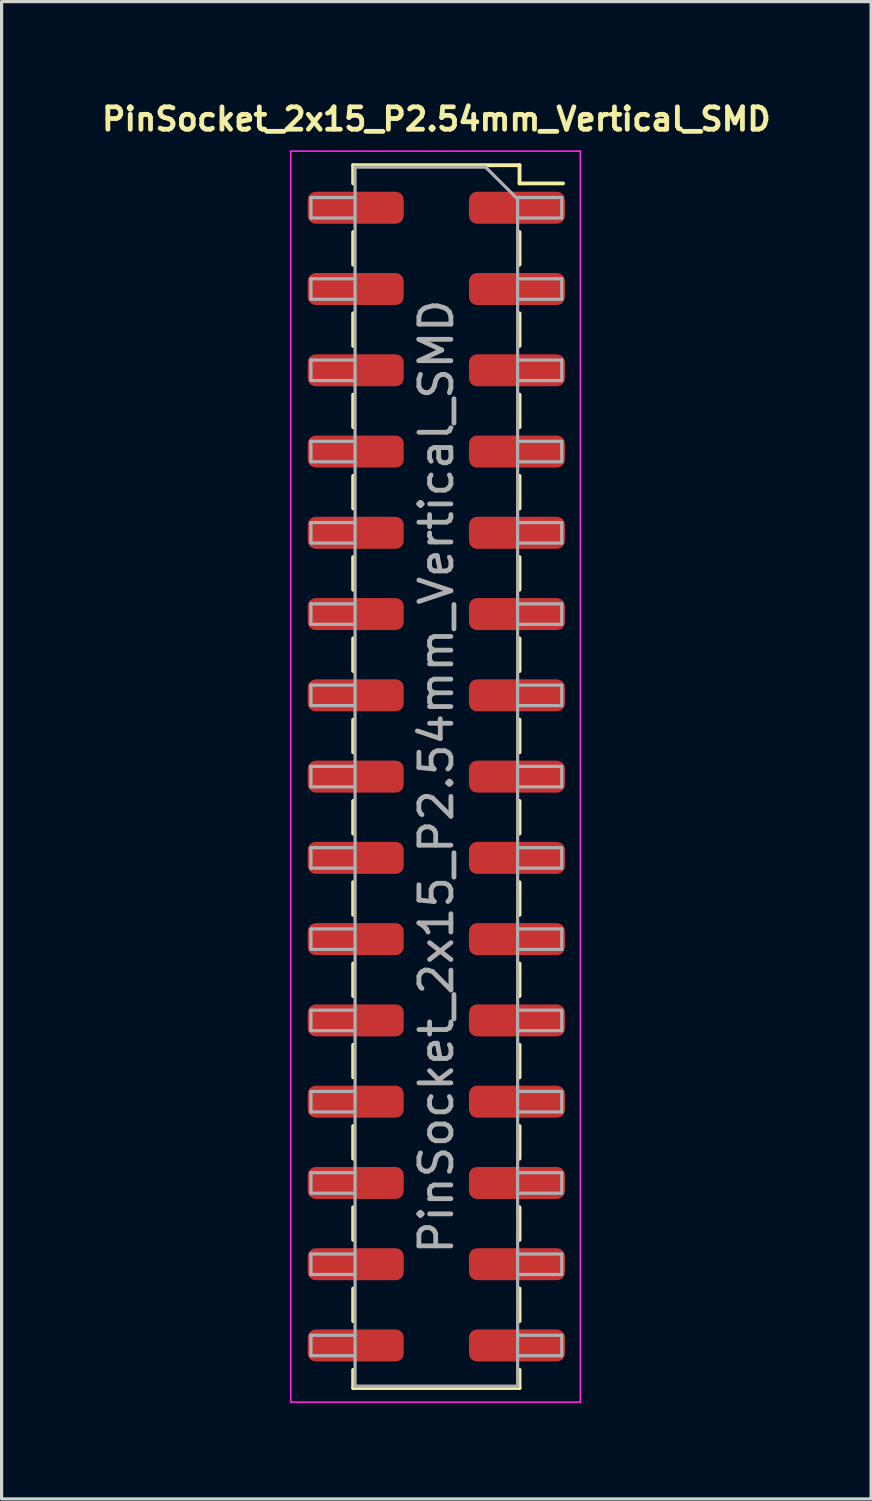
<source format=kicad_pcb>
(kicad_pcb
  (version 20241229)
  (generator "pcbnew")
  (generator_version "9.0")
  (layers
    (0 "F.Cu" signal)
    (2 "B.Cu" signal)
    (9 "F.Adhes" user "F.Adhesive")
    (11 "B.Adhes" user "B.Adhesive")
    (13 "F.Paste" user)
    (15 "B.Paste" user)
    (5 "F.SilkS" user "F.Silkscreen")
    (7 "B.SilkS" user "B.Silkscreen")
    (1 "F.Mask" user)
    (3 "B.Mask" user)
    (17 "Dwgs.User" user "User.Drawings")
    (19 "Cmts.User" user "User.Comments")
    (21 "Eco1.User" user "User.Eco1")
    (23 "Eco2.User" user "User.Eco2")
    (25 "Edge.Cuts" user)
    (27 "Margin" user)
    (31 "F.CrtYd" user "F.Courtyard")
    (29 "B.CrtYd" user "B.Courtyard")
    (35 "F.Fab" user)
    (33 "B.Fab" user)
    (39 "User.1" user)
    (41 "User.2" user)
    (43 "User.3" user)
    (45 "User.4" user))
  (footprint "PinSocket_2x15_P2.54mm_Vertical_SMD"
    (layer "F.Cu")
    (at 10.588 21.223)
    (property "Reference" "PinSocket_2x15_P2.54mm_Vertical_SMD" (at 0 -20.55 0) (layer "F.SilkS") (effects (font (size 0.7 0.7) (thickness 0.15))))
    (attr smd)
    (fp_line (start -2.6 -19.11) (end -2.6 -18.54) (stroke (width 0.12) (type solid)) (layer "F.SilkS"))
    (fp_line (start -2.6 -19.11) (end 2.6 -19.11) (stroke (width 0.12) (type solid)) (layer "F.SilkS"))
    (fp_line (start -2.6 -17.02) (end -2.6 -16) (stroke (width 0.12) (type solid)) (layer "F.SilkS"))
    (fp_line (start -2.6 -14.48) (end -2.6 -13.46) (stroke (width 0.12) (type solid)) (layer "F.SilkS"))
    (fp_line (start -2.6 -11.94) (end -2.6 -10.92) (stroke (width 0.12) (type solid)) (layer "F.SilkS"))
    (fp_line (start -2.6 -9.4) (end -2.6 -8.38) (stroke (width 0.12) (type solid)) (layer "F.SilkS"))
    (fp_line (start -2.6 -6.86) (end -2.6 -5.84) (stroke (width 0.12) (type solid)) (layer "F.SilkS"))
    (fp_line (start -2.6 -4.32) (end -2.6 -3.3) (stroke (width 0.12) (type solid)) (layer "F.SilkS"))
    (fp_line (start -2.6 -1.78) (end -2.6 -0.76) (stroke (width 0.12) (type solid)) (layer "F.SilkS"))
    (fp_line (start -2.6 0.76) (end -2.6 1.78) (stroke (width 0.12) (type solid)) (layer "F.SilkS"))
    (fp_line (start -2.6 3.3) (end -2.6 4.32) (stroke (width 0.12) (type solid)) (layer "F.SilkS"))
    (fp_line (start -2.6 5.84) (end -2.6 6.86) (stroke (width 0.12) (type solid)) (layer "F.SilkS"))
    (fp_line (start -2.6 8.38) (end -2.6 9.4) (stroke (width 0.12) (type solid)) (layer "F.SilkS"))
    (fp_line (start -2.6 10.92) (end -2.6 11.94) (stroke (width 0.12) (type solid)) (layer "F.SilkS"))
    (fp_line (start -2.6 13.46) (end -2.6 14.48) (stroke (width 0.12) (type solid)) (layer "F.SilkS"))
    (fp_line (start -2.6 16) (end -2.6 17.02) (stroke (width 0.12) (type solid)) (layer "F.SilkS"))
    (fp_line (start -2.6 18.54) (end -2.6 19.11) (stroke (width 0.12) (type solid)) (layer "F.SilkS"))
    (fp_line (start -2.6 19.11) (end 2.6 19.11) (stroke (width 0.12) (type solid)) (layer "F.SilkS"))
    (fp_line (start 2.6 -19.11) (end 2.6 -18.54) (stroke (width 0.12) (type solid)) (layer "F.SilkS"))
    (fp_line (start 2.6 -18.54) (end 3.96 -18.54) (stroke (width 0.12) (type solid)) (layer "F.SilkS"))
    (fp_line (start 2.6 -17.02) (end 2.6 -16) (stroke (width 0.12) (type solid)) (layer "F.SilkS"))
    (fp_line (start 2.6 -14.48) (end 2.6 -13.46) (stroke (width 0.12) (type solid)) (layer "F.SilkS"))
    (fp_line (start 2.6 -11.94) (end 2.6 -10.92) (stroke (width 0.12) (type solid)) (layer "F.SilkS"))
    (fp_line (start 2.6 -9.4) (end 2.6 -8.38) (stroke (width 0.12) (type solid)) (layer "F.SilkS"))
    (fp_line (start 2.6 -6.86) (end 2.6 -5.84) (stroke (width 0.12) (type solid)) (layer "F.SilkS"))
    (fp_line (start 2.6 -4.32) (end 2.6 -3.3) (stroke (width 0.12) (type solid)) (layer "F.SilkS"))
    (fp_line (start 2.6 -1.78) (end 2.6 -0.76) (stroke (width 0.12) (type solid)) (layer "F.SilkS"))
    (fp_line (start 2.6 0.76) (end 2.6 1.78) (stroke (width 0.12) (type solid)) (layer "F.SilkS"))
    (fp_line (start 2.6 3.3) (end 2.6 4.32) (stroke (width 0.12) (type solid)) (layer "F.SilkS"))
    (fp_line (start 2.6 5.84) (end 2.6 6.86) (stroke (width 0.12) (type solid)) (layer "F.SilkS"))
    (fp_line (start 2.6 8.38) (end 2.6 9.4) (stroke (width 0.12) (type solid)) (layer "F.SilkS"))
    (fp_line (start 2.6 10.92) (end 2.6 11.94) (stroke (width 0.12) (type solid)) (layer "F.SilkS"))
    (fp_line (start 2.6 13.46) (end 2.6 14.48) (stroke (width 0.12) (type solid)) (layer "F.SilkS"))
    (fp_line (start 2.6 16) (end 2.6 17.02) (stroke (width 0.12) (type solid)) (layer "F.SilkS"))
    (fp_line (start 2.6 18.54) (end 2.6 19.11) (stroke (width 0.12) (type solid)) (layer "F.SilkS"))
    (fp_line (start -4.55 -19.55) (end 4.5 -19.55) (stroke (width 0.05) (type solid)) (layer "F.CrtYd"))
    (fp_line (start -4.55 19.55) (end -4.55 -19.55) (stroke (width 0.05) (type solid)) (layer "F.CrtYd"))
    (fp_line (start 4.5 -19.55) (end 4.5 19.55) (stroke (width 0.05) (type solid)) (layer "F.CrtYd"))
    (fp_line (start 4.5 19.55) (end -4.55 19.55) (stroke (width 0.05) (type solid)) (layer "F.CrtYd"))
    (fp_line (start -3.92 -18.1) (end -2.54 -18.1) (stroke (width 0.1) (type solid)) (layer "F.Fab"))
    (fp_line (start -3.92 -17.46) (end -3.92 -18.1) (stroke (width 0.1) (type solid)) (layer "F.Fab"))
    (fp_line (start -3.92 -15.56) (end -2.54 -15.56) (stroke (width 0.1) (type solid)) (layer "F.Fab"))
    (fp_line (start -3.92 -14.92) (end -3.92 -15.56) (stroke (width 0.1) (type solid)) (layer "F.Fab"))
    (fp_line (start -3.92 -13.02) (end -2.54 -13.02) (stroke (width 0.1) (type solid)) (layer "F.Fab"))
    (fp_line (start -3.92 -12.38) (end -3.92 -13.02) (stroke (width 0.1) (type solid)) (layer "F.Fab"))
    (fp_line (start -3.92 -10.48) (end -2.54 -10.48) (stroke (width 0.1) (type solid)) (layer "F.Fab"))
    (fp_line (start -3.92 -9.84) (end -3.92 -10.48) (stroke (width 0.1) (type solid)) (layer "F.Fab"))
    (fp_line (start -3.92 -7.94) (end -2.54 -7.94) (stroke (width 0.1) (type solid)) (layer "F.Fab"))
    (fp_line (start -3.92 -7.3) (end -3.92 -7.94) (stroke (width 0.1) (type solid)) (layer "F.Fab"))
    (fp_line (start -3.92 -5.4) (end -2.54 -5.4) (stroke (width 0.1) (type solid)) (layer "F.Fab"))
    (fp_line (start -3.92 -4.76) (end -3.92 -5.4) (stroke (width 0.1) (type solid)) (layer "F.Fab"))
    (fp_line (start -3.92 -2.86) (end -2.54 -2.86) (stroke (width 0.1) (type solid)) (layer "F.Fab"))
    (fp_line (start -3.92 -2.22) (end -3.92 -2.86) (stroke (width 0.1) (type solid)) (layer "F.Fab"))
    (fp_line (start -3.92 -0.32) (end -2.54 -0.32) (stroke (width 0.1) (type solid)) (layer "F.Fab"))
    (fp_line (start -3.92 0.32) (end -3.92 -0.32) (stroke (width 0.1) (type solid)) (layer "F.Fab"))
    (fp_line (start -3.92 2.22) (end -2.54 2.22) (stroke (width 0.1) (type solid)) (layer "F.Fab"))
    (fp_line (start -3.92 2.86) (end -3.92 2.22) (stroke (width 0.1) (type solid)) (layer "F.Fab"))
    (fp_line (start -3.92 4.76) (end -2.54 4.76) (stroke (width 0.1) (type solid)) (layer "F.Fab"))
    (fp_line (start -3.92 5.4) (end -3.92 4.76) (stroke (width 0.1) (type solid)) (layer "F.Fab"))
    (fp_line (start -3.92 7.3) (end -2.54 7.3) (stroke (width 0.1) (type solid)) (layer "F.Fab"))
    (fp_line (start -3.92 7.94) (end -3.92 7.3) (stroke (width 0.1) (type solid)) (layer "F.Fab"))
    (fp_line (start -3.92 9.84) (end -2.54 9.84) (stroke (width 0.1) (type solid)) (layer "F.Fab"))
    (fp_line (start -3.92 10.48) (end -3.92 9.84) (stroke (width 0.1) (type solid)) (layer "F.Fab"))
    (fp_line (start -3.92 12.38) (end -2.54 12.38) (stroke (width 0.1) (type solid)) (layer "F.Fab"))
    (fp_line (start -3.92 13.02) (end -3.92 12.38) (stroke (width 0.1) (type solid)) (layer "F.Fab"))
    (fp_line (start -3.92 14.92) (end -2.54 14.92) (stroke (width 0.1) (type solid)) (layer "F.Fab"))
    (fp_line (start -3.92 15.56) (end -3.92 14.92) (stroke (width 0.1) (type solid)) (layer "F.Fab"))
    (fp_line (start -3.92 17.46) (end -2.54 17.46) (stroke (width 0.1) (type solid)) (layer "F.Fab"))
    (fp_line (start -3.92 18.1) (end -3.92 17.46) (stroke (width 0.1) (type solid)) (layer "F.Fab"))
    (fp_line (start -2.54 -19.05) (end 1.54 -19.05) (stroke (width 0.1) (type solid)) (layer "F.Fab"))
    (fp_line (start -2.54 -17.46) (end -3.92 -17.46) (stroke (width 0.1) (type solid)) (layer "F.Fab"))
    (fp_line (start -2.54 -14.92) (end -3.92 -14.92) (stroke (width 0.1) (type solid)) (layer "F.Fab"))
    (fp_line (start -2.54 -12.38) (end -3.92 -12.38) (stroke (width 0.1) (type solid)) (layer "F.Fab"))
    (fp_line (start -2.54 -9.84) (end -3.92 -9.84) (stroke (width 0.1) (type solid)) (layer "F.Fab"))
    (fp_line (start -2.54 -7.3) (end -3.92 -7.3) (stroke (width 0.1) (type solid)) (layer "F.Fab"))
    (fp_line (start -2.54 -4.76) (end -3.92 -4.76) (stroke (width 0.1) (type solid)) (layer "F.Fab"))
    (fp_line (start -2.54 -2.22) (end -3.92 -2.22) (stroke (width 0.1) (type solid)) (layer "F.Fab"))
    (fp_line (start -2.54 0.32) (end -3.92 0.32) (stroke (width 0.1) (type solid)) (layer "F.Fab"))
    (fp_line (start -2.54 2.86) (end -3.92 2.86) (stroke (width 0.1) (type solid)) (layer "F.Fab"))
    (fp_line (start -2.54 5.4) (end -3.92 5.4) (stroke (width 0.1) (type solid)) (layer "F.Fab"))
    (fp_line (start -2.54 7.94) (end -3.92 7.94) (stroke (width 0.1) (type solid)) (layer "F.Fab"))
    (fp_line (start -2.54 10.48) (end -3.92 10.48) (stroke (width 0.1) (type solid)) (layer "F.Fab"))
    (fp_line (start -2.54 13.02) (end -3.92 13.02) (stroke (width 0.1) (type solid)) (layer "F.Fab"))
    (fp_line (start -2.54 15.56) (end -3.92 15.56) (stroke (width 0.1) (type solid)) (layer "F.Fab"))
    (fp_line (start -2.54 18.1) (end -3.92 18.1) (stroke (width 0.1) (type solid)) (layer "F.Fab"))
    (fp_line (start -2.54 19.05) (end -2.54 -19.05) (stroke (width 0.1) (type solid)) (layer "F.Fab"))
    (fp_line (start 1.54 -19.05) (end 2.54 -18.05) (stroke (width 0.1) (type solid)) (layer "F.Fab"))
    (fp_line (start 2.54 -18.1) (end 3.92 -18.1) (stroke (width 0.1) (type solid)) (layer "F.Fab"))
    (fp_line (start 2.54 -18.05) (end 2.54 19.05) (stroke (width 0.1) (type solid)) (layer "F.Fab"))
    (fp_line (start 2.54 -15.56) (end 3.92 -15.56) (stroke (width 0.1) (type solid)) (layer "F.Fab"))
    (fp_line (start 2.54 -13.02) (end 3.92 -13.02) (stroke (width 0.1) (type solid)) (layer "F.Fab"))
    (fp_line (start 2.54 -10.48) (end 3.92 -10.48) (stroke (width 0.1) (type solid)) (layer "F.Fab"))
    (fp_line (start 2.54 -7.94) (end 3.92 -7.94) (stroke (width 0.1) (type solid)) (layer "F.Fab"))
    (fp_line (start 2.54 -5.4) (end 3.92 -5.4) (stroke (width 0.1) (type solid)) (layer "F.Fab"))
    (fp_line (start 2.54 -2.86) (end 3.92 -2.86) (stroke (width 0.1) (type solid)) (layer "F.Fab"))
    (fp_line (start 2.54 -0.32) (end 3.92 -0.32) (stroke (width 0.1) (type solid)) (layer "F.Fab"))
    (fp_line (start 2.54 2.22) (end 3.92 2.22) (stroke (width 0.1) (type solid)) (layer "F.Fab"))
    (fp_line (start 2.54 4.76) (end 3.92 4.76) (stroke (width 0.1) (type solid)) (layer "F.Fab"))
    (fp_line (start 2.54 7.3) (end 3.92 7.3) (stroke (width 0.1) (type solid)) (layer "F.Fab"))
    (fp_line (start 2.54 9.84) (end 3.92 9.84) (stroke (width 0.1) (type solid)) (layer "F.Fab"))
    (fp_line (start 2.54 12.38) (end 3.92 12.38) (stroke (width 0.1) (type solid)) (layer "F.Fab"))
    (fp_line (start 2.54 14.92) (end 3.92 14.92) (stroke (width 0.1) (type solid)) (layer "F.Fab"))
    (fp_line (start 2.54 17.46) (end 3.92 17.46) (stroke (width 0.1) (type solid)) (layer "F.Fab"))
    (fp_line (start 2.54 19.05) (end -2.54 19.05) (stroke (width 0.1) (type solid)) (layer "F.Fab"))
    (fp_line (start 3.92 -18.1) (end 3.92 -17.46) (stroke (width 0.1) (type solid)) (layer "F.Fab"))
    (fp_line (start 3.92 -17.46) (end 2.54 -17.46) (stroke (width 0.1) (type solid)) (layer "F.Fab"))
    (fp_line (start 3.92 -15.56) (end 3.92 -14.92) (stroke (width 0.1) (type solid)) (layer "F.Fab"))
    (fp_line (start 3.92 -14.92) (end 2.54 -14.92) (stroke (width 0.1) (type solid)) (layer "F.Fab"))
    (fp_line (start 3.92 -13.02) (end 3.92 -12.38) (stroke (width 0.1) (type solid)) (layer "F.Fab"))
    (fp_line (start 3.92 -12.38) (end 2.54 -12.38) (stroke (width 0.1) (type solid)) (layer "F.Fab"))
    (fp_line (start 3.92 -10.48) (end 3.92 -9.84) (stroke (width 0.1) (type solid)) (layer "F.Fab"))
    (fp_line (start 3.92 -9.84) (end 2.54 -9.84) (stroke (width 0.1) (type solid)) (layer "F.Fab"))
    (fp_line (start 3.92 -7.94) (end 3.92 -7.3) (stroke (width 0.1) (type solid)) (layer "F.Fab"))
    (fp_line (start 3.92 -7.3) (end 2.54 -7.3) (stroke (width 0.1) (type solid)) (layer "F.Fab"))
    (fp_line (start 3.92 -5.4) (end 3.92 -4.76) (stroke (width 0.1) (type solid)) (layer "F.Fab"))
    (fp_line (start 3.92 -4.76) (end 2.54 -4.76) (stroke (width 0.1) (type solid)) (layer "F.Fab"))
    (fp_line (start 3.92 -2.86) (end 3.92 -2.22) (stroke (width 0.1) (type solid)) (layer "F.Fab"))
    (fp_line (start 3.92 -2.22) (end 2.54 -2.22) (stroke (width 0.1) (type solid)) (layer "F.Fab"))
    (fp_line (start 3.92 -0.32) (end 3.92 0.32) (stroke (width 0.1) (type solid)) (layer "F.Fab"))
    (fp_line (start 3.92 0.32) (end 2.54 0.32) (stroke (width 0.1) (type solid)) (layer "F.Fab"))
    (fp_line (start 3.92 2.22) (end 3.92 2.86) (stroke (width 0.1) (type solid)) (layer "F.Fab"))
    (fp_line (start 3.92 2.86) (end 2.54 2.86) (stroke (width 0.1) (type solid)) (layer "F.Fab"))
    (fp_line (start 3.92 4.76) (end 3.92 5.4) (stroke (width 0.1) (type solid)) (layer "F.Fab"))
    (fp_line (start 3.92 5.4) (end 2.54 5.4) (stroke (width 0.1) (type solid)) (layer "F.Fab"))
    (fp_line (start 3.92 7.3) (end 3.92 7.94) (stroke (width 0.1) (type solid)) (layer "F.Fab"))
    (fp_line (start 3.92 7.94) (end 2.54 7.94) (stroke (width 0.1) (type solid)) (layer "F.Fab"))
    (fp_line (start 3.92 9.84) (end 3.92 10.48) (stroke (width 0.1) (type solid)) (layer "F.Fab"))
    (fp_line (start 3.92 10.48) (end 2.54 10.48) (stroke (width 0.1) (type solid)) (layer "F.Fab"))
    (fp_line (start 3.92 12.38) (end 3.92 13.02) (stroke (width 0.1) (type solid)) (layer "F.Fab"))
    (fp_line (start 3.92 13.02) (end 2.54 13.02) (stroke (width 0.1) (type solid)) (layer "F.Fab"))
    (fp_line (start 3.92 14.92) (end 3.92 15.56) (stroke (width 0.1) (type solid)) (layer "F.Fab"))
    (fp_line (start 3.92 15.56) (end 2.54 15.56) (stroke (width 0.1) (type solid)) (layer "F.Fab"))
    (fp_line (start 3.92 17.46) (end 3.92 18.1) (stroke (width 0.1) (type solid)) (layer "F.Fab"))
    (fp_line (start 3.92 18.1) (end 2.54 18.1) (stroke (width 0.1) (type solid)) (layer "F.Fab"))
    (fp_text user "${REFERENCE}" (at 0 0 90) (layer "F.Fab") (effects (font (size 1 1) (thickness 0.15))))
    (pad "1" smd roundrect (at 2.52 -17.78) (size 3 1) (layers "F.Cu" "F.Mask" "F.Paste") (roundrect_rratio 0.25))
    (pad "2" smd roundrect (at -2.52 -17.78) (size 3 1) (layers "F.Cu" "F.Mask" "F.Paste") (roundrect_rratio 0.25))
    (pad "3" smd roundrect (at 2.52 -15.24) (size 3 1) (layers "F.Cu" "F.Mask" "F.Paste") (roundrect_rratio 0.25))
    (pad "4" smd roundrect (at -2.52 -15.24) (size 3 1) (layers "F.Cu" "F.Mask" "F.Paste") (roundrect_rratio 0.25))
    (pad "5" smd roundrect (at 2.52 -12.7) (size 3 1) (layers "F.Cu" "F.Mask" "F.Paste") (roundrect_rratio 0.25))
    (pad "6" smd roundrect (at -2.52 -12.7) (size 3 1) (layers "F.Cu" "F.Mask" "F.Paste") (roundrect_rratio 0.25))
    (pad "7" smd roundrect (at 2.52 -10.16) (size 3 1) (layers "F.Cu" "F.Mask" "F.Paste") (roundrect_rratio 0.25))
    (pad "8" smd roundrect (at -2.52 -10.16) (size 3 1) (layers "F.Cu" "F.Mask" "F.Paste") (roundrect_rratio 0.25))
    (pad "9" smd roundrect (at 2.52 -7.62) (size 3 1) (layers "F.Cu" "F.Mask" "F.Paste") (roundrect_rratio 0.25))
    (pad "10" smd roundrect (at -2.52 -7.62) (size 3 1) (layers "F.Cu" "F.Mask" "F.Paste") (roundrect_rratio 0.25))
    (pad "11" smd roundrect (at 2.52 -5.08) (size 3 1) (layers "F.Cu" "F.Mask" "F.Paste") (roundrect_rratio 0.25))
    (pad "12" smd roundrect (at -2.52 -5.08) (size 3 1) (layers "F.Cu" "F.Mask" "F.Paste") (roundrect_rratio 0.25))
    (pad "13" smd roundrect (at 2.52 -2.54) (size 3 1) (layers "F.Cu" "F.Mask" "F.Paste") (roundrect_rratio 0.25))
    (pad "14" smd roundrect (at -2.52 -2.54) (size 3 1) (layers "F.Cu" "F.Mask" "F.Paste") (roundrect_rratio 0.25))
    (pad "15" smd roundrect (at 2.52 0) (size 3 1) (layers "F.Cu" "F.Mask" "F.Paste") (roundrect_rratio 0.25))
    (pad "16" smd roundrect (at -2.52 0) (size 3 1) (layers "F.Cu" "F.Mask" "F.Paste") (roundrect_rratio 0.25))
    (pad "17" smd roundrect (at 2.52 2.54) (size 3 1) (layers "F.Cu" "F.Mask" "F.Paste") (roundrect_rratio 0.25))
    (pad "18" smd roundrect (at -2.52 2.54) (size 3 1) (layers "F.Cu" "F.Mask" "F.Paste") (roundrect_rratio 0.25))
    (pad "19" smd roundrect (at 2.52 5.08) (size 3 1) (layers "F.Cu" "F.Mask" "F.Paste") (roundrect_rratio 0.25))
    (pad "20" smd roundrect (at -2.52 5.08) (size 3 1) (layers "F.Cu" "F.Mask" "F.Paste") (roundrect_rratio 0.25))
    (pad "21" smd roundrect (at 2.52 7.62) (size 3 1) (layers "F.Cu" "F.Mask" "F.Paste") (roundrect_rratio 0.25))
    (pad "22" smd roundrect (at -2.52 7.62) (size 3 1) (layers "F.Cu" "F.Mask" "F.Paste") (roundrect_rratio 0.25))
    (pad "23" smd roundrect (at 2.52 10.16) (size 3 1) (layers "F.Cu" "F.Mask" "F.Paste") (roundrect_rratio 0.25))
    (pad "24" smd roundrect (at -2.52 10.16) (size 3 1) (layers "F.Cu" "F.Mask" "F.Paste") (roundrect_rratio 0.25))
    (pad "25" smd roundrect (at 2.52 12.7) (size 3 1) (layers "F.Cu" "F.Mask" "F.Paste") (roundrect_rratio 0.25))
    (pad "26" smd roundrect (at -2.52 12.7) (size 3 1) (layers "F.Cu" "F.Mask" "F.Paste") (roundrect_rratio 0.25))
    (pad "27" smd roundrect (at 2.52 15.24) (size 3 1) (layers "F.Cu" "F.Mask" "F.Paste") (roundrect_rratio 0.25))
    (pad "28" smd roundrect (at -2.52 15.24) (size 3 1) (layers "F.Cu" "F.Mask" "F.Paste") (roundrect_rratio 0.25))
    (pad "29" smd roundrect (at 2.52 17.78) (size 3 1) (layers "F.Cu" "F.Mask" "F.Paste") (roundrect_rratio 0.25))
    (pad "30" smd roundrect (at -2.52 17.78) (size 3 1) (layers "F.Cu" "F.Mask" "F.Paste") (roundrect_rratio 0.25)))
  (gr_rect
    (start -3 -3)
    (end 24.177 43.798)
    (stroke (width 0.1) (type default))
    (fill no)
    (layer "Edge.Cuts")))
</source>
